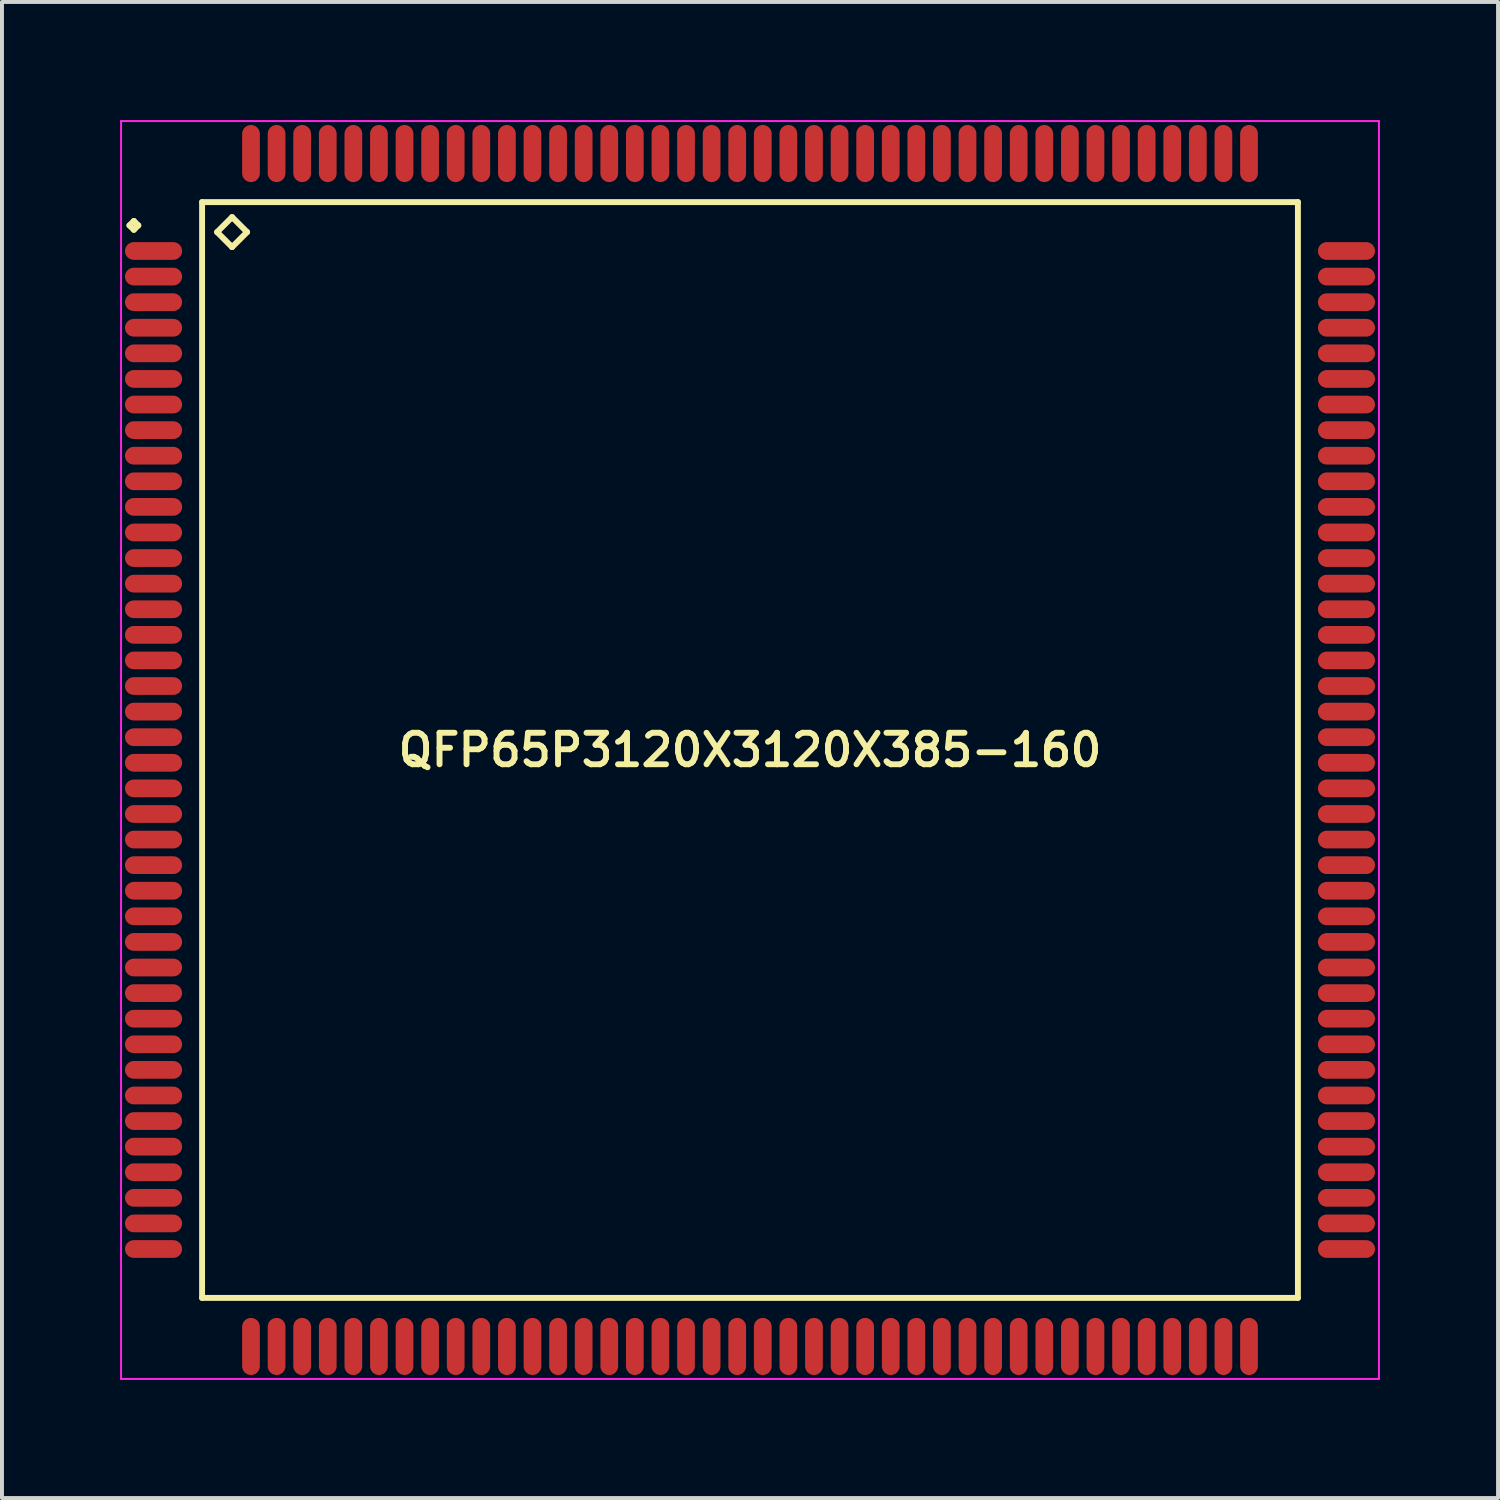
<source format=kicad_pcb>
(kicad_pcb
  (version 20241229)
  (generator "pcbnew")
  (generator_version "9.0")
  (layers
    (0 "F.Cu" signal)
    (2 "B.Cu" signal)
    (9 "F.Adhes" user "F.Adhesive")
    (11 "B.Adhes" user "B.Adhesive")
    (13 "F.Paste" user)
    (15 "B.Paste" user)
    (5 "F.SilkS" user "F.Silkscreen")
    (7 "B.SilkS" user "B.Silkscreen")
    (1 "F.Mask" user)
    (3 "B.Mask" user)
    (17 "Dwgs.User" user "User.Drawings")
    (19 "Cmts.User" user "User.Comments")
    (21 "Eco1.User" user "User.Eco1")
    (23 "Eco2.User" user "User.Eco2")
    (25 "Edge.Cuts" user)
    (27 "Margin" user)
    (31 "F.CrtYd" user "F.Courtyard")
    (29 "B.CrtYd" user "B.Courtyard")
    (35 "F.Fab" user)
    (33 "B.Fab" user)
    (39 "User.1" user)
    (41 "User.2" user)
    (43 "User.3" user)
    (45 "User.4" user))
  (footprint "QFP65P3120X3120X385-160"
    (layer "F.Cu")
    (at 16 16)
    (property "Reference" "QFP65P3120X3120X385-160" (at 0 0 0) (layer "F.SilkS") (effects (font (size 0.8 0.8) (thickness 0.15))))
    (attr smd)
    (fp_line (start -15.762 -13.325) (end -15.65 -13.438) (stroke (width 0.15) (type solid)) (layer "F.SilkS"))
    (fp_line (start -15.65 -13.438) (end -15.537 -13.325) (stroke (width 0.15) (type solid)) (layer "F.SilkS"))
    (fp_line (start -15.65 -13.213) (end -15.762 -13.325) (stroke (width 0.15) (type solid)) (layer "F.SilkS"))
    (fp_line (start -15.537 -13.325) (end -15.65 -13.213) (stroke (width 0.15) (type solid)) (layer "F.SilkS"))
    (fp_line (start -13.917 -13.917) (end -13.917 13.917) (stroke (width 0.15) (type solid)) (layer "F.SilkS"))
    (fp_line (start -13.917 13.917) (end 13.917 13.917) (stroke (width 0.15) (type solid)) (layer "F.SilkS"))
    (fp_line (start -13.536 -13.155) (end -13.155 -13.536) (stroke (width 0.15) (type solid)) (layer "F.SilkS"))
    (fp_line (start -13.155 -13.536) (end -12.774 -13.155) (stroke (width 0.15) (type solid)) (layer "F.SilkS"))
    (fp_line (start -13.155 -12.774) (end -13.536 -13.155) (stroke (width 0.15) (type solid)) (layer "F.SilkS"))
    (fp_line (start -12.774 -13.155) (end -13.155 -12.774) (stroke (width 0.15) (type solid)) (layer "F.SilkS"))
    (fp_line (start 13.917 -13.917) (end -13.917 -13.917) (stroke (width 0.15) (type solid)) (layer "F.SilkS"))
    (fp_line (start 13.917 13.917) (end 13.917 -13.917) (stroke (width 0.15) (type solid)) (layer "F.SilkS"))
    (fp_line (start -15.975 -15.975) (end 15.975 -15.975) (stroke (width 0.05) (type solid)) (layer "F.CrtYd"))
    (fp_line (start -15.975 15.975) (end -15.975 -15.975) (stroke (width 0.05) (type solid)) (layer "F.CrtYd"))
    (fp_line (start 15.975 -15.975) (end 15.975 15.975) (stroke (width 0.05) (type solid)) (layer "F.CrtYd"))
    (fp_line (start 15.975 15.975) (end -15.975 15.975) (stroke (width 0.05) (type solid)) (layer "F.CrtYd"))
    (pad "1" smd oval (at -15.15 -12.675) (size 1.45 0.45) (layers "F.Cu" "F.Mask" "F.Paste"))
    (pad "2" smd oval (at -15.15 -12.025) (size 1.45 0.45) (layers "F.Cu" "F.Mask" "F.Paste"))
    (pad "3" smd oval (at -15.15 -11.375) (size 1.45 0.45) (layers "F.Cu" "F.Mask" "F.Paste"))
    (pad "4" smd oval (at -15.15 -10.725) (size 1.45 0.45) (layers "F.Cu" "F.Mask" "F.Paste"))
    (pad "5" smd oval (at -15.15 -10.075) (size 1.45 0.45) (layers "F.Cu" "F.Mask" "F.Paste"))
    (pad "6" smd oval (at -15.15 -9.425) (size 1.45 0.45) (layers "F.Cu" "F.Mask" "F.Paste"))
    (pad "7" smd oval (at -15.15 -8.775) (size 1.45 0.45) (layers "F.Cu" "F.Mask" "F.Paste"))
    (pad "8" smd oval (at -15.15 -8.125) (size 1.45 0.45) (layers "F.Cu" "F.Mask" "F.Paste"))
    (pad "9" smd oval (at -15.15 -7.475) (size 1.45 0.45) (layers "F.Cu" "F.Mask" "F.Paste"))
    (pad "10" smd oval (at -15.15 -6.825) (size 1.45 0.45) (layers "F.Cu" "F.Mask" "F.Paste"))
    (pad "11" smd oval (at -15.15 -6.175) (size 1.45 0.45) (layers "F.Cu" "F.Mask" "F.Paste"))
    (pad "12" smd oval (at -15.15 -5.525) (size 1.45 0.45) (layers "F.Cu" "F.Mask" "F.Paste"))
    (pad "13" smd oval (at -15.15 -4.875) (size 1.45 0.45) (layers "F.Cu" "F.Mask" "F.Paste"))
    (pad "14" smd oval (at -15.15 -4.225) (size 1.45 0.45) (layers "F.Cu" "F.Mask" "F.Paste"))
    (pad "15" smd oval (at -15.15 -3.575) (size 1.45 0.45) (layers "F.Cu" "F.Mask" "F.Paste"))
    (pad "16" smd oval (at -15.15 -2.925) (size 1.45 0.45) (layers "F.Cu" "F.Mask" "F.Paste"))
    (pad "17" smd oval (at -15.15 -2.275) (size 1.45 0.45) (layers "F.Cu" "F.Mask" "F.Paste"))
    (pad "18" smd oval (at -15.15 -1.625) (size 1.45 0.45) (layers "F.Cu" "F.Mask" "F.Paste"))
    (pad "19" smd oval (at -15.15 -0.975) (size 1.45 0.45) (layers "F.Cu" "F.Mask" "F.Paste"))
    (pad "20" smd oval (at -15.15 -0.325) (size 1.45 0.45) (layers "F.Cu" "F.Mask" "F.Paste"))
    (pad "21" smd oval (at -15.15 0.325) (size 1.45 0.45) (layers "F.Cu" "F.Mask" "F.Paste"))
    (pad "22" smd oval (at -15.15 0.975) (size 1.45 0.45) (layers "F.Cu" "F.Mask" "F.Paste"))
    (pad "23" smd oval (at -15.15 1.625) (size 1.45 0.45) (layers "F.Cu" "F.Mask" "F.Paste"))
    (pad "24" smd oval (at -15.15 2.275) (size 1.45 0.45) (layers "F.Cu" "F.Mask" "F.Paste"))
    (pad "25" smd oval (at -15.15 2.925) (size 1.45 0.45) (layers "F.Cu" "F.Mask" "F.Paste"))
    (pad "26" smd oval (at -15.15 3.575) (size 1.45 0.45) (layers "F.Cu" "F.Mask" "F.Paste"))
    (pad "27" smd oval (at -15.15 4.225) (size 1.45 0.45) (layers "F.Cu" "F.Mask" "F.Paste"))
    (pad "28" smd oval (at -15.15 4.875) (size 1.45 0.45) (layers "F.Cu" "F.Mask" "F.Paste"))
    (pad "29" smd oval (at -15.15 5.525) (size 1.45 0.45) (layers "F.Cu" "F.Mask" "F.Paste"))
    (pad "30" smd oval (at -15.15 6.175) (size 1.45 0.45) (layers "F.Cu" "F.Mask" "F.Paste"))
    (pad "31" smd oval (at -15.15 6.825) (size 1.45 0.45) (layers "F.Cu" "F.Mask" "F.Paste"))
    (pad "32" smd oval (at -15.15 7.475) (size 1.45 0.45) (layers "F.Cu" "F.Mask" "F.Paste"))
    (pad "33" smd oval (at -15.15 8.125) (size 1.45 0.45) (layers "F.Cu" "F.Mask" "F.Paste"))
    (pad "34" smd oval (at -15.15 8.775) (size 1.45 0.45) (layers "F.Cu" "F.Mask" "F.Paste"))
    (pad "35" smd oval (at -15.15 9.425) (size 1.45 0.45) (layers "F.Cu" "F.Mask" "F.Paste"))
    (pad "36" smd oval (at -15.15 10.075) (size 1.45 0.45) (layers "F.Cu" "F.Mask" "F.Paste"))
    (pad "37" smd oval (at -15.15 10.725) (size 1.45 0.45) (layers "F.Cu" "F.Mask" "F.Paste"))
    (pad "38" smd oval (at -15.15 11.375) (size 1.45 0.45) (layers "F.Cu" "F.Mask" "F.Paste"))
    (pad "39" smd oval (at -15.15 12.025) (size 1.45 0.45) (layers "F.Cu" "F.Mask" "F.Paste"))
    (pad "40" smd oval (at -15.15 12.675) (size 1.45 0.45) (layers "F.Cu" "F.Mask" "F.Paste"))
    (pad "41" smd oval (at -12.675 15.15) (size 0.45 1.45) (layers "F.Cu" "F.Mask" "F.Paste"))
    (pad "42" smd oval (at -12.025 15.15) (size 0.45 1.45) (layers "F.Cu" "F.Mask" "F.Paste"))
    (pad "43" smd oval (at -11.375 15.15) (size 0.45 1.45) (layers "F.Cu" "F.Mask" "F.Paste"))
    (pad "44" smd oval (at -10.725 15.15) (size 0.45 1.45) (layers "F.Cu" "F.Mask" "F.Paste"))
    (pad "45" smd oval (at -10.075 15.15) (size 0.45 1.45) (layers "F.Cu" "F.Mask" "F.Paste"))
    (pad "46" smd oval (at -9.425 15.15) (size 0.45 1.45) (layers "F.Cu" "F.Mask" "F.Paste"))
    (pad "47" smd oval (at -8.775 15.15) (size 0.45 1.45) (layers "F.Cu" "F.Mask" "F.Paste"))
    (pad "48" smd oval (at -8.125 15.15) (size 0.45 1.45) (layers "F.Cu" "F.Mask" "F.Paste"))
    (pad "49" smd oval (at -7.475 15.15) (size 0.45 1.45) (layers "F.Cu" "F.Mask" "F.Paste"))
    (pad "50" smd oval (at -6.825 15.15) (size 0.45 1.45) (layers "F.Cu" "F.Mask" "F.Paste"))
    (pad "51" smd oval (at -6.175 15.15) (size 0.45 1.45) (layers "F.Cu" "F.Mask" "F.Paste"))
    (pad "52" smd oval (at -5.525 15.15) (size 0.45 1.45) (layers "F.Cu" "F.Mask" "F.Paste"))
    (pad "53" smd oval (at -4.875 15.15) (size 0.45 1.45) (layers "F.Cu" "F.Mask" "F.Paste"))
    (pad "54" smd oval (at -4.225 15.15) (size 0.45 1.45) (layers "F.Cu" "F.Mask" "F.Paste"))
    (pad "55" smd oval (at -3.575 15.15) (size 0.45 1.45) (layers "F.Cu" "F.Mask" "F.Paste"))
    (pad "56" smd oval (at -2.925 15.15) (size 0.45 1.45) (layers "F.Cu" "F.Mask" "F.Paste"))
    (pad "57" smd oval (at -2.275 15.15) (size 0.45 1.45) (layers "F.Cu" "F.Mask" "F.Paste"))
    (pad "58" smd oval (at -1.625 15.15) (size 0.45 1.45) (layers "F.Cu" "F.Mask" "F.Paste"))
    (pad "59" smd oval (at -0.975 15.15) (size 0.45 1.45) (layers "F.Cu" "F.Mask" "F.Paste"))
    (pad "60" smd oval (at -0.325 15.15) (size 0.45 1.45) (layers "F.Cu" "F.Mask" "F.Paste"))
    (pad "61" smd oval (at 0.325 15.15) (size 0.45 1.45) (layers "F.Cu" "F.Mask" "F.Paste"))
    (pad "62" smd oval (at 0.975 15.15) (size 0.45 1.45) (layers "F.Cu" "F.Mask" "F.Paste"))
    (pad "63" smd oval (at 1.625 15.15) (size 0.45 1.45) (layers "F.Cu" "F.Mask" "F.Paste"))
    (pad "64" smd oval (at 2.275 15.15) (size 0.45 1.45) (layers "F.Cu" "F.Mask" "F.Paste"))
    (pad "65" smd oval (at 2.925 15.15) (size 0.45 1.45) (layers "F.Cu" "F.Mask" "F.Paste"))
    (pad "66" smd oval (at 3.575 15.15) (size 0.45 1.45) (layers "F.Cu" "F.Mask" "F.Paste"))
    (pad "67" smd oval (at 4.225 15.15) (size 0.45 1.45) (layers "F.Cu" "F.Mask" "F.Paste"))
    (pad "68" smd oval (at 4.875 15.15) (size 0.45 1.45) (layers "F.Cu" "F.Mask" "F.Paste"))
    (pad "69" smd oval (at 5.525 15.15) (size 0.45 1.45) (layers "F.Cu" "F.Mask" "F.Paste"))
    (pad "70" smd oval (at 6.175 15.15) (size 0.45 1.45) (layers "F.Cu" "F.Mask" "F.Paste"))
    (pad "71" smd oval (at 6.825 15.15) (size 0.45 1.45) (layers "F.Cu" "F.Mask" "F.Paste"))
    (pad "72" smd oval (at 7.475 15.15) (size 0.45 1.45) (layers "F.Cu" "F.Mask" "F.Paste"))
    (pad "73" smd oval (at 8.125 15.15) (size 0.45 1.45) (layers "F.Cu" "F.Mask" "F.Paste"))
    (pad "74" smd oval (at 8.775 15.15) (size 0.45 1.45) (layers "F.Cu" "F.Mask" "F.Paste"))
    (pad "75" smd oval (at 9.425 15.15) (size 0.45 1.45) (layers "F.Cu" "F.Mask" "F.Paste"))
    (pad "76" smd oval (at 10.075 15.15) (size 0.45 1.45) (layers "F.Cu" "F.Mask" "F.Paste"))
    (pad "77" smd oval (at 10.725 15.15) (size 0.45 1.45) (layers "F.Cu" "F.Mask" "F.Paste"))
    (pad "78" smd oval (at 11.375 15.15) (size 0.45 1.45) (layers "F.Cu" "F.Mask" "F.Paste"))
    (pad "79" smd oval (at 12.025 15.15) (size 0.45 1.45) (layers "F.Cu" "F.Mask" "F.Paste"))
    (pad "80" smd oval (at 12.675 15.15) (size 0.45 1.45) (layers "F.Cu" "F.Mask" "F.Paste"))
    (pad "81" smd oval (at 15.15 12.675) (size 1.45 0.45) (layers "F.Cu" "F.Mask" "F.Paste"))
    (pad "82" smd oval (at 15.15 12.025) (size 1.45 0.45) (layers "F.Cu" "F.Mask" "F.Paste"))
    (pad "83" smd oval (at 15.15 11.375) (size 1.45 0.45) (layers "F.Cu" "F.Mask" "F.Paste"))
    (pad "84" smd oval (at 15.15 10.725) (size 1.45 0.45) (layers "F.Cu" "F.Mask" "F.Paste"))
    (pad "85" smd oval (at 15.15 10.075) (size 1.45 0.45) (layers "F.Cu" "F.Mask" "F.Paste"))
    (pad "86" smd oval (at 15.15 9.425) (size 1.45 0.45) (layers "F.Cu" "F.Mask" "F.Paste"))
    (pad "87" smd oval (at 15.15 8.775) (size 1.45 0.45) (layers "F.Cu" "F.Mask" "F.Paste"))
    (pad "88" smd oval (at 15.15 8.125) (size 1.45 0.45) (layers "F.Cu" "F.Mask" "F.Paste"))
    (pad "89" smd oval (at 15.15 7.475) (size 1.45 0.45) (layers "F.Cu" "F.Mask" "F.Paste"))
    (pad "90" smd oval (at 15.15 6.825) (size 1.45 0.45) (layers "F.Cu" "F.Mask" "F.Paste"))
    (pad "91" smd oval (at 15.15 6.175) (size 1.45 0.45) (layers "F.Cu" "F.Mask" "F.Paste"))
    (pad "92" smd oval (at 15.15 5.525) (size 1.45 0.45) (layers "F.Cu" "F.Mask" "F.Paste"))
    (pad "93" smd oval (at 15.15 4.875) (size 1.45 0.45) (layers "F.Cu" "F.Mask" "F.Paste"))
    (pad "94" smd oval (at 15.15 4.225) (size 1.45 0.45) (layers "F.Cu" "F.Mask" "F.Paste"))
    (pad "95" smd oval (at 15.15 3.575) (size 1.45 0.45) (layers "F.Cu" "F.Mask" "F.Paste"))
    (pad "96" smd oval (at 15.15 2.925) (size 1.45 0.45) (layers "F.Cu" "F.Mask" "F.Paste"))
    (pad "97" smd oval (at 15.15 2.275) (size 1.45 0.45) (layers "F.Cu" "F.Mask" "F.Paste"))
    (pad "98" smd oval (at 15.15 1.625) (size 1.45 0.45) (layers "F.Cu" "F.Mask" "F.Paste"))
    (pad "99" smd oval (at 15.15 0.975) (size 1.45 0.45) (layers "F.Cu" "F.Mask" "F.Paste"))
    (pad "100" smd oval (at 15.15 0.325) (size 1.45 0.45) (layers "F.Cu" "F.Mask" "F.Paste"))
    (pad "101" smd oval (at 15.15 -0.325) (size 1.45 0.45) (layers "F.Cu" "F.Mask" "F.Paste"))
    (pad "102" smd oval (at 15.15 -0.975) (size 1.45 0.45) (layers "F.Cu" "F.Mask" "F.Paste"))
    (pad "103" smd oval (at 15.15 -1.625) (size 1.45 0.45) (layers "F.Cu" "F.Mask" "F.Paste"))
    (pad "104" smd oval (at 15.15 -2.275) (size 1.45 0.45) (layers "F.Cu" "F.Mask" "F.Paste"))
    (pad "105" smd oval (at 15.15 -2.925) (size 1.45 0.45) (layers "F.Cu" "F.Mask" "F.Paste"))
    (pad "106" smd oval (at 15.15 -3.575) (size 1.45 0.45) (layers "F.Cu" "F.Mask" "F.Paste"))
    (pad "107" smd oval (at 15.15 -4.225) (size 1.45 0.45) (layers "F.Cu" "F.Mask" "F.Paste"))
    (pad "108" smd oval (at 15.15 -4.875) (size 1.45 0.45) (layers "F.Cu" "F.Mask" "F.Paste"))
    (pad "109" smd oval (at 15.15 -5.525) (size 1.45 0.45) (layers "F.Cu" "F.Mask" "F.Paste"))
    (pad "110" smd oval (at 15.15 -6.175) (size 1.45 0.45) (layers "F.Cu" "F.Mask" "F.Paste"))
    (pad "111" smd oval (at 15.15 -6.825) (size 1.45 0.45) (layers "F.Cu" "F.Mask" "F.Paste"))
    (pad "112" smd oval (at 15.15 -7.475) (size 1.45 0.45) (layers "F.Cu" "F.Mask" "F.Paste"))
    (pad "113" smd oval (at 15.15 -8.125) (size 1.45 0.45) (layers "F.Cu" "F.Mask" "F.Paste"))
    (pad "114" smd oval (at 15.15 -8.775) (size 1.45 0.45) (layers "F.Cu" "F.Mask" "F.Paste"))
    (pad "115" smd oval (at 15.15 -9.425) (size 1.45 0.45) (layers "F.Cu" "F.Mask" "F.Paste"))
    (pad "116" smd oval (at 15.15 -10.075) (size 1.45 0.45) (layers "F.Cu" "F.Mask" "F.Paste"))
    (pad "117" smd oval (at 15.15 -10.725) (size 1.45 0.45) (layers "F.Cu" "F.Mask" "F.Paste"))
    (pad "118" smd oval (at 15.15 -11.375) (size 1.45 0.45) (layers "F.Cu" "F.Mask" "F.Paste"))
    (pad "119" smd oval (at 15.15 -12.025) (size 1.45 0.45) (layers "F.Cu" "F.Mask" "F.Paste"))
    (pad "120" smd oval (at 15.15 -12.675) (size 1.45 0.45) (layers "F.Cu" "F.Mask" "F.Paste"))
    (pad "121" smd oval (at 12.675 -15.15) (size 0.45 1.45) (layers "F.Cu" "F.Mask" "F.Paste"))
    (pad "122" smd oval (at 12.025 -15.15) (size 0.45 1.45) (layers "F.Cu" "F.Mask" "F.Paste"))
    (pad "123" smd oval (at 11.375 -15.15) (size 0.45 1.45) (layers "F.Cu" "F.Mask" "F.Paste"))
    (pad "124" smd oval (at 10.725 -15.15) (size 0.45 1.45) (layers "F.Cu" "F.Mask" "F.Paste"))
    (pad "125" smd oval (at 10.075 -15.15) (size 0.45 1.45) (layers "F.Cu" "F.Mask" "F.Paste"))
    (pad "126" smd oval (at 9.425 -15.15) (size 0.45 1.45) (layers "F.Cu" "F.Mask" "F.Paste"))
    (pad "127" smd oval (at 8.775 -15.15) (size 0.45 1.45) (layers "F.Cu" "F.Mask" "F.Paste"))
    (pad "128" smd oval (at 8.125 -15.15) (size 0.45 1.45) (layers "F.Cu" "F.Mask" "F.Paste"))
    (pad "129" smd oval (at 7.475 -15.15) (size 0.45 1.45) (layers "F.Cu" "F.Mask" "F.Paste"))
    (pad "130" smd oval (at 6.825 -15.15) (size 0.45 1.45) (layers "F.Cu" "F.Mask" "F.Paste"))
    (pad "131" smd oval (at 6.175 -15.15) (size 0.45 1.45) (layers "F.Cu" "F.Mask" "F.Paste"))
    (pad "132" smd oval (at 5.525 -15.15) (size 0.45 1.45) (layers "F.Cu" "F.Mask" "F.Paste"))
    (pad "133" smd oval (at 4.875 -15.15) (size 0.45 1.45) (layers "F.Cu" "F.Mask" "F.Paste"))
    (pad "134" smd oval (at 4.225 -15.15) (size 0.45 1.45) (layers "F.Cu" "F.Mask" "F.Paste"))
    (pad "135" smd oval (at 3.575 -15.15) (size 0.45 1.45) (layers "F.Cu" "F.Mask" "F.Paste"))
    (pad "136" smd oval (at 2.925 -15.15) (size 0.45 1.45) (layers "F.Cu" "F.Mask" "F.Paste"))
    (pad "137" smd oval (at 2.275 -15.15) (size 0.45 1.45) (layers "F.Cu" "F.Mask" "F.Paste"))
    (pad "138" smd oval (at 1.625 -15.15) (size 0.45 1.45) (layers "F.Cu" "F.Mask" "F.Paste"))
    (pad "139" smd oval (at 0.975 -15.15) (size 0.45 1.45) (layers "F.Cu" "F.Mask" "F.Paste"))
    (pad "140" smd oval (at 0.325 -15.15) (size 0.45 1.45) (layers "F.Cu" "F.Mask" "F.Paste"))
    (pad "141" smd oval (at -0.325 -15.15) (size 0.45 1.45) (layers "F.Cu" "F.Mask" "F.Paste"))
    (pad "142" smd oval (at -0.975 -15.15) (size 0.45 1.45) (layers "F.Cu" "F.Mask" "F.Paste"))
    (pad "143" smd oval (at -1.625 -15.15) (size 0.45 1.45) (layers "F.Cu" "F.Mask" "F.Paste"))
    (pad "144" smd oval (at -2.275 -15.15) (size 0.45 1.45) (layers "F.Cu" "F.Mask" "F.Paste"))
    (pad "145" smd oval (at -2.925 -15.15) (size 0.45 1.45) (layers "F.Cu" "F.Mask" "F.Paste"))
    (pad "146" smd oval (at -3.575 -15.15) (size 0.45 1.45) (layers "F.Cu" "F.Mask" "F.Paste"))
    (pad "147" smd oval (at -4.225 -15.15) (size 0.45 1.45) (layers "F.Cu" "F.Mask" "F.Paste"))
    (pad "148" smd oval (at -4.875 -15.15) (size 0.45 1.45) (layers "F.Cu" "F.Mask" "F.Paste"))
    (pad "149" smd oval (at -5.525 -15.15) (size 0.45 1.45) (layers "F.Cu" "F.Mask" "F.Paste"))
    (pad "150" smd oval (at -6.175 -15.15) (size 0.45 1.45) (layers "F.Cu" "F.Mask" "F.Paste"))
    (pad "151" smd oval (at -6.825 -15.15) (size 0.45 1.45) (layers "F.Cu" "F.Mask" "F.Paste"))
    (pad "152" smd oval (at -7.475 -15.15) (size 0.45 1.45) (layers "F.Cu" "F.Mask" "F.Paste"))
    (pad "153" smd oval (at -8.125 -15.15) (size 0.45 1.45) (layers "F.Cu" "F.Mask" "F.Paste"))
    (pad "154" smd oval (at -8.775 -15.15) (size 0.45 1.45) (layers "F.Cu" "F.Mask" "F.Paste"))
    (pad "155" smd oval (at -9.425 -15.15) (size 0.45 1.45) (layers "F.Cu" "F.Mask" "F.Paste"))
    (pad "156" smd oval (at -10.075 -15.15) (size 0.45 1.45) (layers "F.Cu" "F.Mask" "F.Paste"))
    (pad "157" smd oval (at -10.725 -15.15) (size 0.45 1.45) (layers "F.Cu" "F.Mask" "F.Paste"))
    (pad "158" smd oval (at -11.375 -15.15) (size 0.45 1.45) (layers "F.Cu" "F.Mask" "F.Paste"))
    (pad "159" smd oval (at -12.025 -15.15) (size 0.45 1.45) (layers "F.Cu" "F.Mask" "F.Paste"))
    (pad "160" smd oval (at -12.675 -15.15) (size 0.45 1.45) (layers "F.Cu" "F.Mask" "F.Paste")))
  (gr_rect
    (start -3 -3)
    (end 35 35)
    (stroke (width 0.1) (type default))
    (fill no)
    (layer "Edge.Cuts")))
</source>
